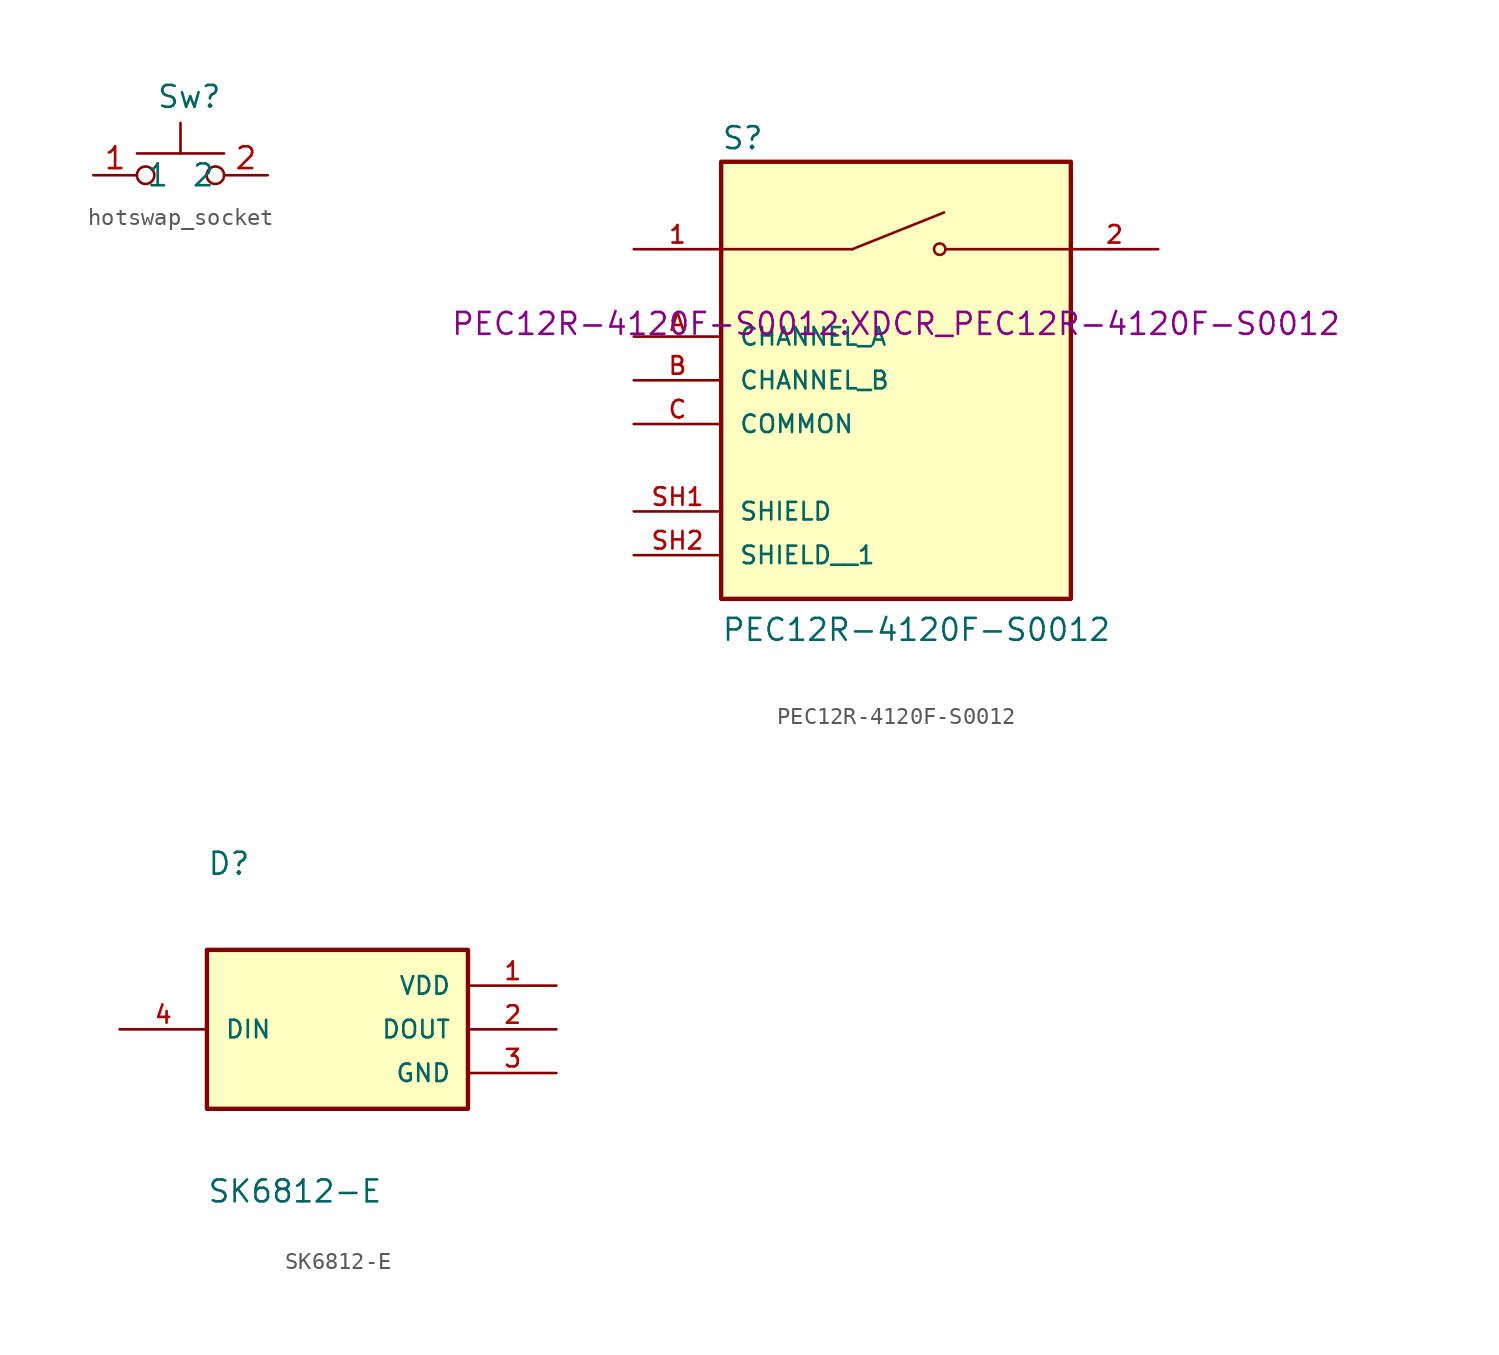
<source format=kicad_sym>
(kicad_symbol_lib
  (version 20241209)
  (generator "kicad_symbol_editor")
  (generator_version "9.0")
  (symbol "hotswap_socket"
    (property "Reference" "Sw"
      (at 0.508 4.572 0)
      (effects (font (size 1.27 1.27))))
    (symbol "hotswap_socket_0_1"
      (circle (center -2.032 0) (radius 0.508) (stroke (width 0) (type default)) (fill (type none)))
      (polyline (pts (xy 0 1.27) (xy 0 3.048)) (stroke (width 0) (type default)) (fill (type none)))
      (circle (center 2.032 0) (radius 0.508) (stroke (width 0) (type default)) (fill (type none)))
      (polyline (pts (xy 2.54 1.27) (xy -2.54 1.27)) (stroke (width 0) (type default)) (fill (type none)))
      (pin passive line (at -5.08 0 0) (length 2.54) (name "1" (effects (font (size 1.27 1.27)))) (number "1" (effects (font (size 1.27 1.27)))))
      (pin passive line (at 5.08 0 180) (length 2.54) (name "2" (effects (font (size 1.27 1.27)))) (number "2" (effects (font (size 1.27 1.27)))))))
  (symbol "PEC12R-4120F-S0012"
    (pin_names
      (offset 1.016))
    (property "Reference" "S"
      (at -10.16 10.795 0)
      (effects (font (size 1.27 1.27)) (justify left bottom)))
    (property "Value" "PEC12R-4120F-S0012"
      (at -10.16 -17.78 0)
      (effects (font (size 1.27 1.27)) (justify left bottom)))
    (property "Footprint" "PEC12R-4120F-S0012:XDCR_PEC12R-4120F-S0012"
      (at 0 0 0)
      (effects (font (size 1.27 1.27)) (justify bottom)))
    (symbol "PEC12R-4120F-S0012_0_0"
      (rectangle (start -10.16 -15.24) (end 10.16 10.16) (stroke (width 0.254) (type default)) (fill (type background)))
      (polyline (pts (xy -2.54 5.08) (xy -10.16 5.08)) (stroke (width 0.152) (type default)) (fill (type none)))
      (polyline (pts (xy -2.54 5.08) (xy 2.794 7.214)) (stroke (width 0.152) (type default)) (fill (type none)))
      (circle (center 2.54 5.08) (radius 0.33) (stroke (width 0.152) (type default)) (fill (type none)))
      (polyline (pts (xy 10.16 5.08) (xy 2.921 5.08)) (stroke (width 0.152) (type default)) (fill (type none)))
      (pin passive line (at -15.24 5.08 0) (length 5.08) (name "~" (effects (font (size 1.016 1.016)))) (number "1" (effects (font (size 1.016 1.016)))))
      (pin passive line (at -15.24 0 0) (length 5.08) (name "CHANNEL_A" (effects (font (size 1.016 1.016)))) (number "A" (effects (font (size 1.016 1.016)))))
      (pin passive line (at -15.24 -2.54 0) (length 5.08) (name "CHANNEL_B" (effects (font (size 1.016 1.016)))) (number "B" (effects (font (size 1.016 1.016)))))
      (pin passive line (at -15.24 -5.08 0) (length 5.08) (name "COMMON" (effects (font (size 1.016 1.016)))) (number "C" (effects (font (size 1.016 1.016)))))
      (pin passive line (at -15.24 -10.16 0) (length 5.08) (name "SHIELD" (effects (font (size 1.016 1.016)))) (number "SH1" (effects (font (size 1.016 1.016)))))
      (pin passive line (at -15.24 -12.7 0) (length 5.08) (name "SHIELD__1" (effects (font (size 1.016 1.016)))) (number "SH2" (effects (font (size 1.016 1.016)))))
      (pin passive line (at 15.24 5.08 180) (length 5.08) (name "~" (effects (font (size 1.016 1.016)))) (number "2" (effects (font (size 1.016 1.016)))))))
  (symbol "SK6812-E"
    (pin_names
      (offset 1.016))
    (property "Reference" "D"
      (at -10.16 8.89 0)
      (effects (font (size 1.27 1.27)) (justify left bottom)))
    (property "Value" "SK6812-E"
      (at -10.16 -10.16 0)
      (effects (font (size 1.27 1.27)) (justify left bottom)))
    (symbol "SK6812-E_0_0"
      (rectangle (start -10.16 4.62) (end 5.016 -4.62) (stroke (width 0.254) (type default)) (fill (type background)))
      (pin input line (at -15.24 0 0) (length 5.08) (name "DIN" (effects (font (size 1.016 1.016)))) (number "4" (effects (font (size 1.016 1.016)))))
      (pin power_in line (at 10.16 2.54 180) (length 5.08) (name "VDD" (effects (font (size 1.016 1.016)))) (number "1" (effects (font (size 1.016 1.016)))))
      (pin output line (at 10.16 0 180) (length 5.08) (name "DOUT" (effects (font (size 1.016 1.016)))) (number "2" (effects (font (size 1.016 1.016)))))
      (pin power_in line (at 10.16 -2.54 180) (length 5.08) (name "GND" (effects (font (size 1.016 1.016)))) (number "3" (effects (font (size 1.016 1.016))))))))
</source>
